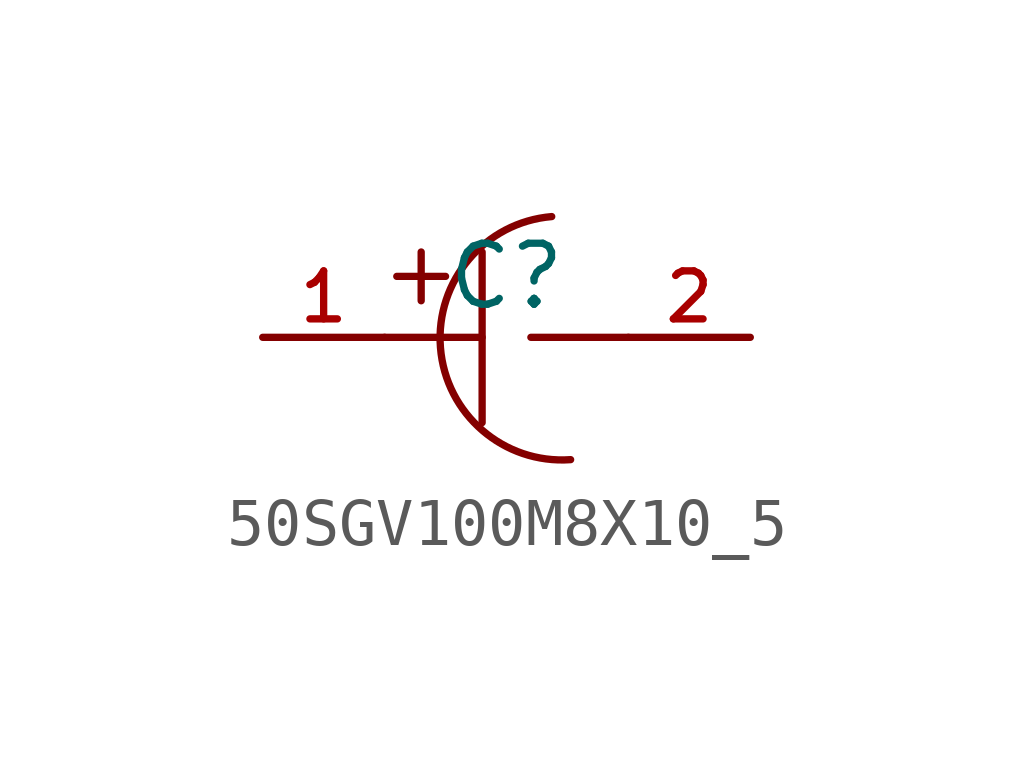
<source format=kicad_sym>
(kicad_symbol_lib
  (version 20210201)
  (generator TousstNicolas/JLC2KiCad_lib)
  (symbol "50SGV100M8X10_5"
    (pin_names hide)
    (property "Reference" "C"
      (at 0 1.27 0)
      (effects (font (size 1.27 1.27))))
    (symbol "50SGV100M8X10_5_0_1"
      (polyline (pts (xy -0.508 1.778) (xy -0.508 -1.778)) (stroke (width 0) (type default) (color 0 0 0 0)) (fill (type none)))
      (pin input line (at -5.08 -0.0 0) (length 2.54) (name "1" (effects (font (size 1 1)))) (number "1" (effects (font (size 1 1)))))
      (pin input line (at 5.08 -0.0 180) (length 2.54) (name "2" (effects (font (size 1 1)))) (number "2" (effects (font (size 1 1)))))
      (polyline (pts (xy -2.54 -0.0) (xy -0.508 -0.0)) (stroke (width 0) (type default) (color 0 0 0 0)) (fill (type none)))
      (polyline (pts (xy 0.508 -0.0) (xy 2.54 -0.0)) (stroke (width 0) (type default) (color 0 0 0 0)) (fill (type none)))
      (arc (start 1.336076669933015 -2.5488732196922568) (mid -1.393170600892016 -0.2133945408688318) (end 0.942308016927978 2.515852782158215) (stroke (width 0) (type default) (color 0 0 0 0)) (fill (type none)))
      (polyline (pts (xy -2.286 1.27) (xy -1.27 1.27)) (stroke (width 0) (type default) (color 0 0 0 0)) (fill (type none)))
      (polyline (pts (xy -1.778 1.778) (xy -1.778 0.762)) (stroke (width 0) (type default) (color 0 0 0 0)) (fill (type none))))))
</source>
